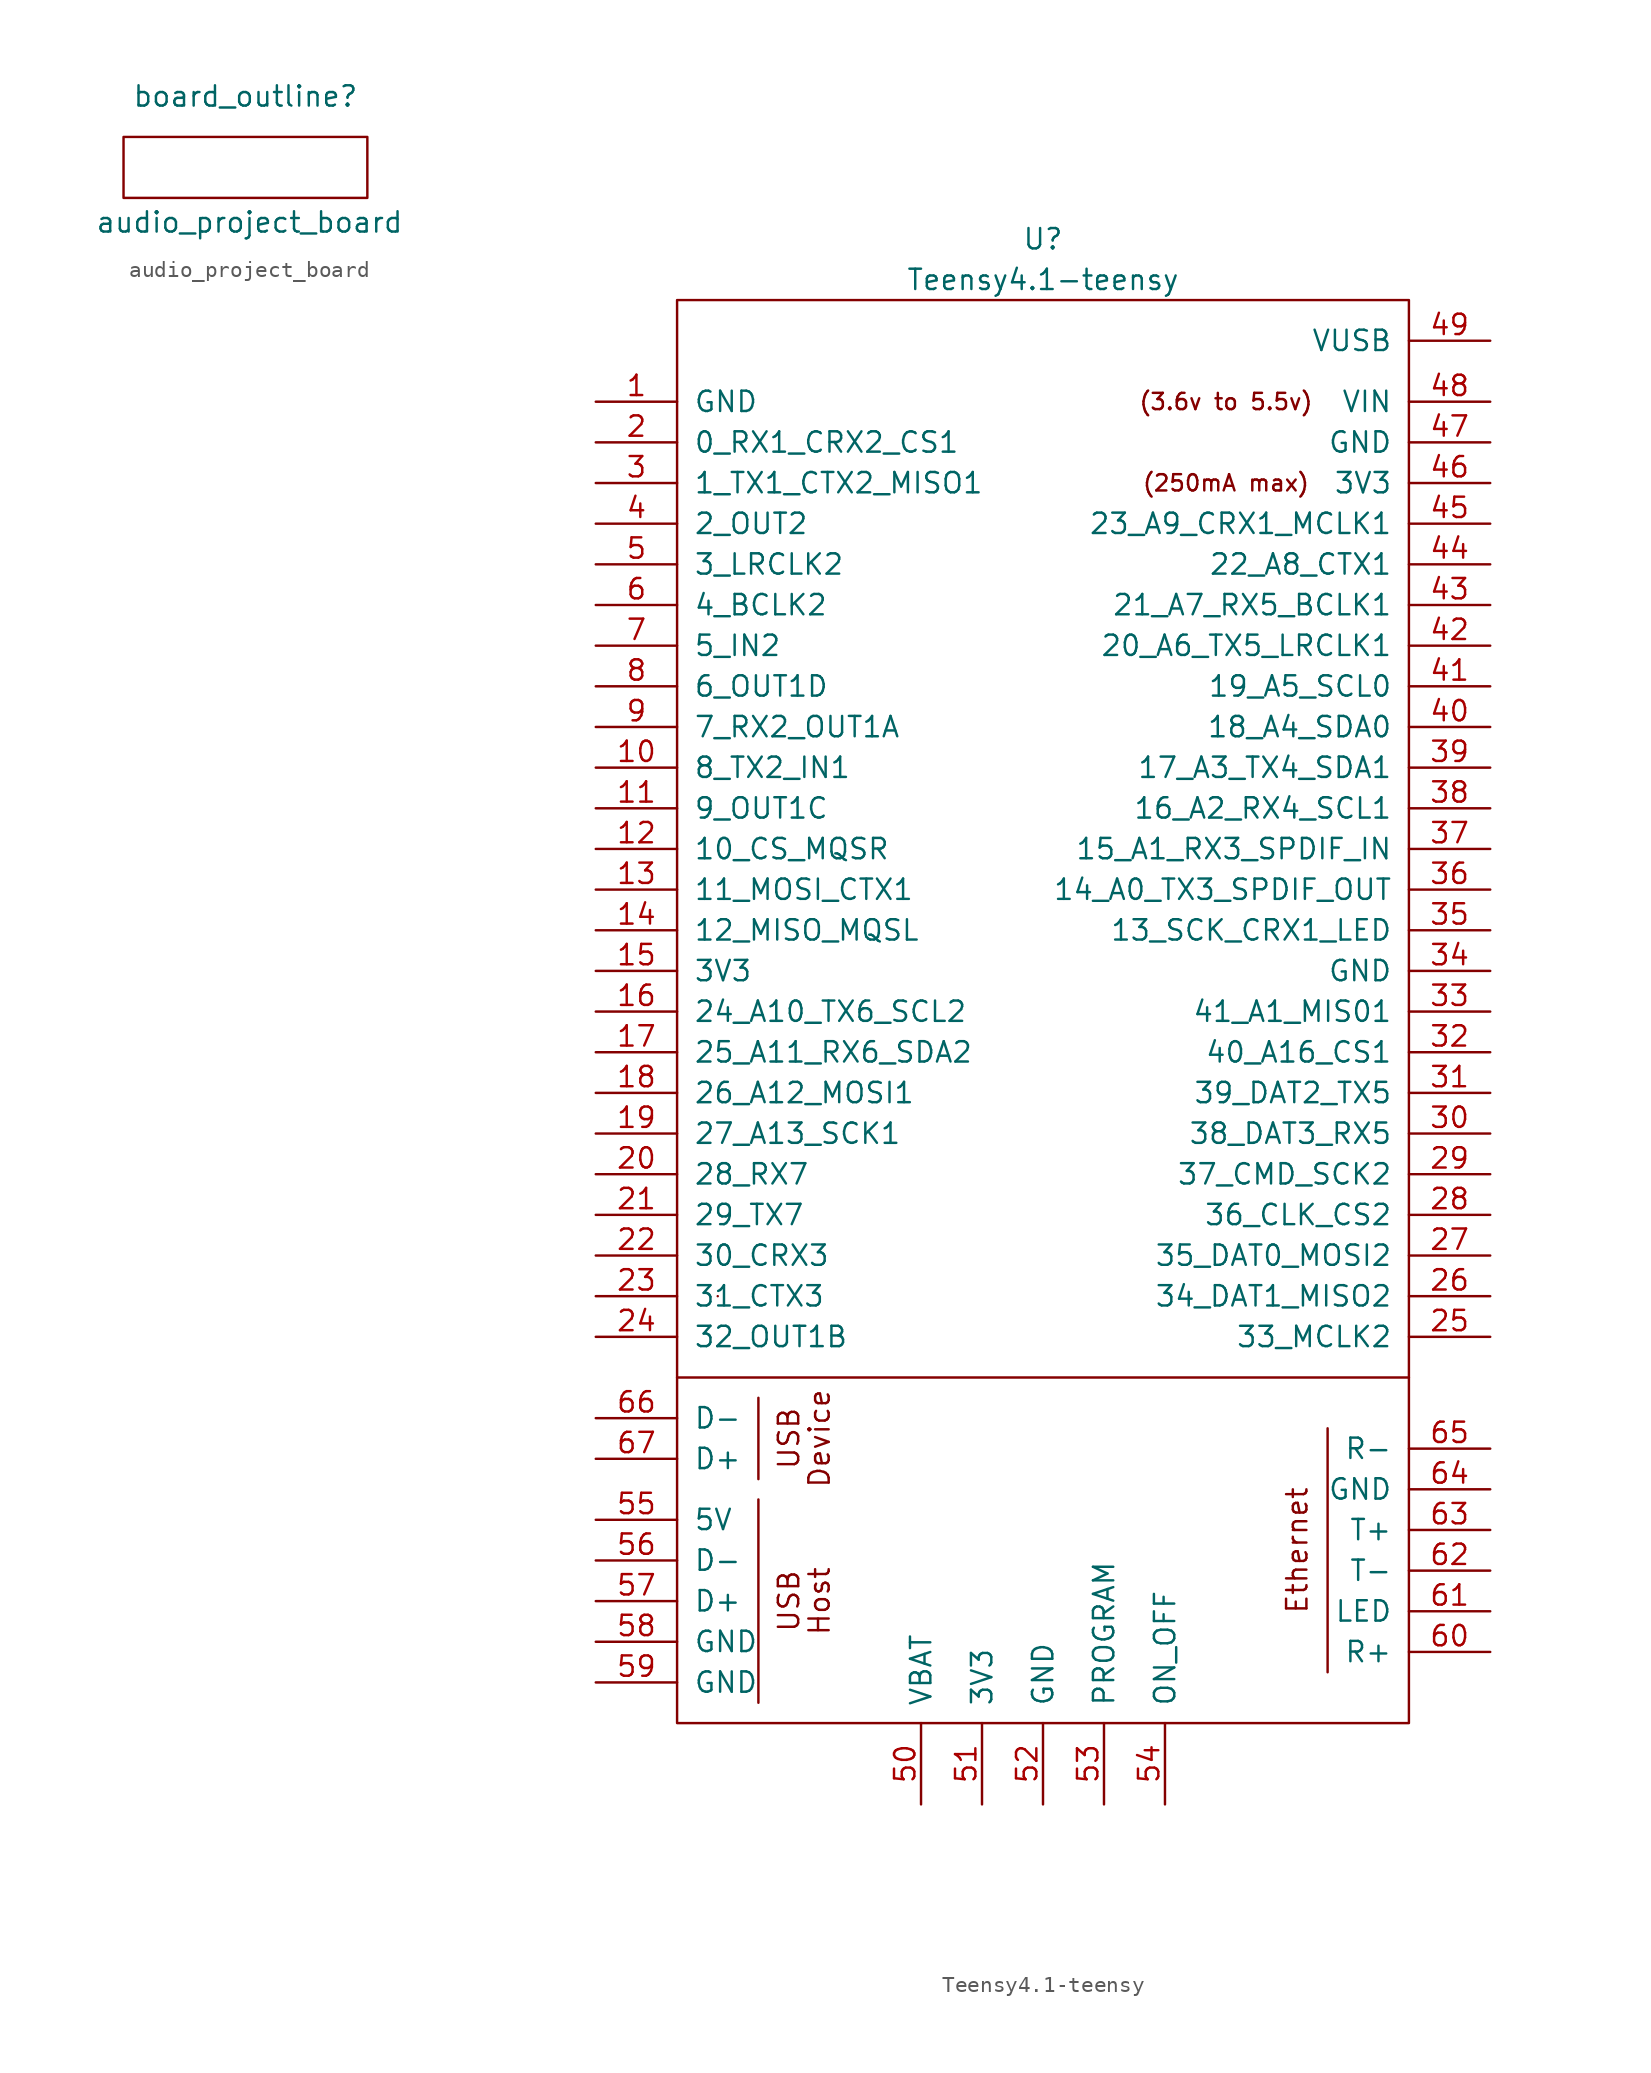
<source format=kicad_sym>
(kicad_symbol_lib
  (version 20211014)
  (generator kicad_symbol_editor)
  (symbol "audio_project_board"
    (pin_numbers hide)
    (pin_names
      (offset 0.762) hide)
    (property "Reference" "board_outline"
      (at 0 6.35 0)
      (effects (font (size 1.27 1.27))))
    (property "Value" "audio_project_board"
      (at 0.254 -1.524 0)
      (effects (font (size 1.27 1.27))))
    (symbol "audio_project_board_0_1"
      (rectangle (start -7.62 3.81) (end 7.62 0) (stroke (width 0) (type default) (color 0 0 0 0)) (fill (type none)))))
  (symbol "Teensy4.1-teensy"
    (pin_names
      (offset 1.016))
    (property "Reference" "U"
      (at 0 64.77 0)
      (effects (font (size 1.27 1.27))))
    (property "Value" "Teensy4.1-teensy"
      (at 0 62.23 0)
      (effects (font (size 1.27 1.27))))
    (symbol "Teensy4.1-teensy_0_0"
      (polyline (pts (xy -22.86 -6.35) (xy 22.86 -6.35)) (stroke (width 0) (type default) (color 0 0 0 0)) (fill (type none)))
      (polyline (pts (xy -17.78 -26.67) (xy -17.78 -13.97)) (stroke (width 0) (type default) (color 0 0 0 0)) (fill (type none)))
      (polyline (pts (xy -17.78 -7.62) (xy -17.78 -12.7)) (stroke (width 0) (type default) (color 0 0 0 0)) (fill (type none)))
      (polyline (pts (xy 17.78 -9.525) (xy 17.78 -24.765)) (stroke (width 0) (type default) (color 0 0 0 0)) (fill (type none)))
      (text "(250mA max)" (at 11.43 49.53 0) (effects (font (size 1.016 1.016))))
      (text "(3.6v to 5.5v)" (at 11.43 54.61 0) (effects (font (size 1.016 1.016))))
      (text "Device" (at -13.97 -10.16 900) (effects (font (size 1.27 1.27))))
      (text "Ethernet" (at 15.875 -17.145 900) (effects (font (size 1.27 1.27))))
      (text "Host" (at -13.97 -20.32 900) (effects (font (size 1.27 1.27))))
      (text "USB" (at -15.875 -20.32 900) (effects (font (size 1.27 1.27))))
      (text "USB" (at -15.875 -10.16 900) (effects (font (size 1.27 1.27))))
      (pin bidirectional line (at -27.94 31.75 0) (length 5.08) (name "8_TX2_IN1" (effects (font (size 1.27 1.27)))) (number "10" (effects (font (size 1.27 1.27)))))
      (pin bidirectional line (at -27.94 29.21 0) (length 5.08) (name "9_OUT1C" (effects (font (size 1.27 1.27)))) (number "11" (effects (font (size 1.27 1.27)))))
      (pin bidirectional line (at -27.94 26.67 0) (length 5.08) (name "10_CS_MQSR" (effects (font (size 1.27 1.27)))) (number "12" (effects (font (size 1.27 1.27)))))
      (pin bidirectional line (at -27.94 24.13 0) (length 5.08) (name "11_MOSI_CTX1" (effects (font (size 1.27 1.27)))) (number "13" (effects (font (size 1.27 1.27)))))
      (pin bidirectional line (at -27.94 21.59 0) (length 5.08) (name "12_MISO_MQSL" (effects (font (size 1.27 1.27)))) (number "14" (effects (font (size 1.27 1.27)))))
      (pin power_in line (at -27.94 19.05 0) (length 5.08) (name "3V3" (effects (font (size 1.27 1.27)))) (number "15" (effects (font (size 1.27 1.27)))))
      (pin bidirectional line (at -27.94 16.51 0) (length 5.08) (name "24_A10_TX6_SCL2" (effects (font (size 1.27 1.27)))) (number "16" (effects (font (size 1.27 1.27)))))
      (pin bidirectional line (at -27.94 13.97 0) (length 5.08) (name "25_A11_RX6_SDA2" (effects (font (size 1.27 1.27)))) (number "17" (effects (font (size 1.27 1.27)))))
      (pin bidirectional line (at -27.94 11.43 0) (length 5.08) (name "26_A12_MOSI1" (effects (font (size 1.27 1.27)))) (number "18" (effects (font (size 1.27 1.27)))))
      (pin bidirectional line (at -27.94 8.89 0) (length 5.08) (name "27_A13_SCK1" (effects (font (size 1.27 1.27)))) (number "19" (effects (font (size 1.27 1.27)))))
      (pin bidirectional line (at -27.94 6.35 0) (length 5.08) (name "28_RX7" (effects (font (size 1.27 1.27)))) (number "20" (effects (font (size 1.27 1.27)))))
      (pin bidirectional line (at -27.94 3.81 0) (length 5.08) (name "29_TX7" (effects (font (size 1.27 1.27)))) (number "21" (effects (font (size 1.27 1.27)))))
      (pin bidirectional line (at -27.94 1.27 0) (length 5.08) (name "30_CRX3" (effects (font (size 1.27 1.27)))) (number "22" (effects (font (size 1.27 1.27)))))
      (pin bidirectional line (at -27.94 -1.27 0) (length 5.08) (name "31_CTX3" (effects (font (size 1.27 1.27)))) (number "23" (effects (font (size 1.27 1.27)))))
      (pin bidirectional line (at -27.94 -3.81 0) (length 5.08) (name "32_OUT1B" (effects (font (size 1.27 1.27)))) (number "24" (effects (font (size 1.27 1.27)))))
      (pin bidirectional line (at 27.94 -3.81 180) (length 5.08) (name "33_MCLK2" (effects (font (size 1.27 1.27)))) (number "25" (effects (font (size 1.27 1.27)))))
      (pin bidirectional line (at 27.94 -1.27 180) (length 5.08) (name "34_DAT1_MISO2" (effects (font (size 1.27 1.27)))) (number "26" (effects (font (size 1.27 1.27)))))
      (pin bidirectional line (at 27.94 1.27 180) (length 5.08) (name "35_DAT0_MOSI2" (effects (font (size 1.27 1.27)))) (number "27" (effects (font (size 1.27 1.27)))))
      (pin bidirectional line (at 27.94 3.81 180) (length 5.08) (name "36_CLK_CS2" (effects (font (size 1.27 1.27)))) (number "28" (effects (font (size 1.27 1.27)))))
      (pin bidirectional line (at 27.94 6.35 180) (length 5.08) (name "37_CMD_SCK2" (effects (font (size 1.27 1.27)))) (number "29" (effects (font (size 1.27 1.27)))))
      (pin bidirectional line (at 27.94 8.89 180) (length 5.08) (name "38_DAT3_RX5" (effects (font (size 1.27 1.27)))) (number "30" (effects (font (size 1.27 1.27)))))
      (pin bidirectional line (at 27.94 11.43 180) (length 5.08) (name "39_DAT2_TX5" (effects (font (size 1.27 1.27)))) (number "31" (effects (font (size 1.27 1.27)))))
      (pin bidirectional line (at 27.94 13.97 180) (length 5.08) (name "40_A16_CS1" (effects (font (size 1.27 1.27)))) (number "32" (effects (font (size 1.27 1.27)))))
      (pin bidirectional line (at 27.94 16.51 180) (length 5.08) (name "41_A1_MIS01" (effects (font (size 1.27 1.27)))) (number "33" (effects (font (size 1.27 1.27)))))
      (pin bidirectional line (at 27.94 21.59 180) (length 5.08) (name "13_SCK_CRX1_LED" (effects (font (size 1.27 1.27)))) (number "35" (effects (font (size 1.27 1.27)))))
      (pin bidirectional line (at 27.94 24.13 180) (length 5.08) (name "14_A0_TX3_SPDIF_OUT" (effects (font (size 1.27 1.27)))) (number "36" (effects (font (size 1.27 1.27)))))
      (pin bidirectional line (at 27.94 26.67 180) (length 5.08) (name "15_A1_RX3_SPDIF_IN" (effects (font (size 1.27 1.27)))) (number "37" (effects (font (size 1.27 1.27)))))
      (pin bidirectional line (at 27.94 29.21 180) (length 5.08) (name "16_A2_RX4_SCL1" (effects (font (size 1.27 1.27)))) (number "38" (effects (font (size 1.27 1.27)))))
      (pin bidirectional line (at 27.94 31.75 180) (length 5.08) (name "17_A3_TX4_SDA1" (effects (font (size 1.27 1.27)))) (number "39" (effects (font (size 1.27 1.27)))))
      (pin bidirectional line (at 27.94 34.29 180) (length 5.08) (name "18_A4_SDA0" (effects (font (size 1.27 1.27)))) (number "40" (effects (font (size 1.27 1.27)))))
      (pin bidirectional line (at 27.94 36.83 180) (length 5.08) (name "19_A5_SCL0" (effects (font (size 1.27 1.27)))) (number "41" (effects (font (size 1.27 1.27)))))
      (pin bidirectional line (at 27.94 39.37 180) (length 5.08) (name "20_A6_TX5_LRCLK1" (effects (font (size 1.27 1.27)))) (number "42" (effects (font (size 1.27 1.27)))))
      (pin bidirectional line (at 27.94 41.91 180) (length 5.08) (name "21_A7_RX5_BCLK1" (effects (font (size 1.27 1.27)))) (number "43" (effects (font (size 1.27 1.27)))))
      (pin bidirectional line (at 27.94 44.45 180) (length 5.08) (name "22_A8_CTX1" (effects (font (size 1.27 1.27)))) (number "44" (effects (font (size 1.27 1.27)))))
      (pin bidirectional line (at 27.94 46.99 180) (length 5.08) (name "23_A9_CRX1_MCLK1" (effects (font (size 1.27 1.27)))) (number "45" (effects (font (size 1.27 1.27)))))
      (pin power_in line (at 27.94 49.53 180) (length 5.08) (name "3V3" (effects (font (size 1.27 1.27)))) (number "46" (effects (font (size 1.27 1.27)))))
      (pin power_in line (at 27.94 52.07 180) (length 5.08) (name "GND" (effects (font (size 1.27 1.27)))) (number "47" (effects (font (size 1.27 1.27)))))
      (pin power_in line (at 27.94 54.61 180) (length 5.08) (name "VIN" (effects (font (size 1.27 1.27)))) (number "48" (effects (font (size 1.27 1.27)))))
      (pin power_out line (at 27.94 58.42 180) (length 5.08) (name "VUSB" (effects (font (size 1.27 1.27)))) (number "49" (effects (font (size 1.27 1.27)))))
      (pin bidirectional line (at -27.94 44.45 0) (length 5.08) (name "3_LRCLK2" (effects (font (size 1.27 1.27)))) (number "5" (effects (font (size 1.27 1.27)))))
      (pin power_in line (at -7.62 -33.02 90) (length 5.08) (name "VBAT" (effects (font (size 1.27 1.27)))) (number "50" (effects (font (size 1.27 1.27)))))
      (pin power_in line (at -3.81 -33.02 90) (length 5.08) (name "3V3" (effects (font (size 1.27 1.27)))) (number "51" (effects (font (size 1.27 1.27)))))
      (pin power_out line (at 0 -33.02 90) (length 5.08) (name "GND" (effects (font (size 1.27 1.27)))) (number "52" (effects (font (size 1.27 1.27)))))
      (pin input line (at 3.81 -33.02 90) (length 5.08) (name "PROGRAM" (effects (font (size 1.27 1.27)))) (number "53" (effects (font (size 1.27 1.27)))))
      (pin input line (at 7.62 -33.02 90) (length 5.08) (name "ON_OFF" (effects (font (size 1.27 1.27)))) (number "54" (effects (font (size 1.27 1.27)))))
      (pin power_out line (at -27.94 -15.24 0) (length 5.08) (name "5V" (effects (font (size 1.27 1.27)))) (number "55" (effects (font (size 1.27 1.27)))))
      (pin bidirectional line (at -27.94 -17.78 0) (length 5.08) (name "D-" (effects (font (size 1.27 1.27)))) (number "56" (effects (font (size 1.27 1.27)))))
      (pin bidirectional line (at -27.94 -20.32 0) (length 5.08) (name "D+" (effects (font (size 1.27 1.27)))) (number "57" (effects (font (size 1.27 1.27)))))
      (pin power_in line (at -27.94 -22.86 0) (length 5.08) (name "GND" (effects (font (size 1.27 1.27)))) (number "58" (effects (font (size 1.27 1.27)))))
      (pin power_in line (at -27.94 -25.4 0) (length 5.08) (name "GND" (effects (font (size 1.27 1.27)))) (number "59" (effects (font (size 1.27 1.27)))))
      (pin bidirectional line (at -27.94 41.91 0) (length 5.08) (name "4_BCLK2" (effects (font (size 1.27 1.27)))) (number "6" (effects (font (size 1.27 1.27)))))
      (pin bidirectional line (at 27.94 -23.495 180) (length 5.08) (name "R+" (effects (font (size 1.27 1.27)))) (number "60" (effects (font (size 1.27 1.27)))))
      (pin bidirectional line (at 27.94 -20.955 180) (length 5.08) (name "LED" (effects (font (size 1.27 1.27)))) (number "61" (effects (font (size 1.27 1.27)))))
      (pin bidirectional line (at 27.94 -18.415 180) (length 5.08) (name "T-" (effects (font (size 1.27 1.27)))) (number "62" (effects (font (size 1.27 1.27)))))
      (pin bidirectional line (at 27.94 -15.875 180) (length 5.08) (name "T+" (effects (font (size 1.27 1.27)))) (number "63" (effects (font (size 1.27 1.27)))))
      (pin power_in line (at 27.94 -13.335 180) (length 5.08) (name "GND" (effects (font (size 1.27 1.27)))) (number "64" (effects (font (size 1.27 1.27)))))
      (pin bidirectional line (at 27.94 -10.795 180) (length 5.08) (name "R-" (effects (font (size 1.27 1.27)))) (number "65" (effects (font (size 1.27 1.27)))))
      (pin bidirectional line (at -27.94 -8.89 0) (length 5.08) (name "D-" (effects (font (size 1.27 1.27)))) (number "66" (effects (font (size 1.27 1.27)))))
      (pin bidirectional line (at -27.94 -11.43 0) (length 5.08) (name "D+" (effects (font (size 1.27 1.27)))) (number "67" (effects (font (size 1.27 1.27)))))
      (pin bidirectional line (at -27.94 39.37 0) (length 5.08) (name "5_IN2" (effects (font (size 1.27 1.27)))) (number "7" (effects (font (size 1.27 1.27)))))
      (pin bidirectional line (at -27.94 36.83 0) (length 5.08) (name "6_OUT1D" (effects (font (size 1.27 1.27)))) (number "8" (effects (font (size 1.27 1.27)))))
      (pin bidirectional line (at -27.94 34.29 0) (length 5.08) (name "7_RX2_OUT1A" (effects (font (size 1.27 1.27)))) (number "9" (effects (font (size 1.27 1.27))))))
    (symbol "Teensy4.1-teensy_0_1"
      (rectangle (start -22.86 60.96) (end 22.86 -27.94) (stroke (width 0) (type default) (color 0 0 0 0)) (fill (type none)))
      (rectangle (start -20.32 -1.27) (end -20.32 -1.27) (stroke (width 0) (type default) (color 0 0 0 0)) (fill (type none))))
    (symbol "Teensy4.1-teensy_1_1"
      (pin power_in line (at -27.94 54.61 0) (length 5.08) (name "GND" (effects (font (size 1.27 1.27)))) (number "1" (effects (font (size 1.27 1.27)))))
      (pin bidirectional line (at -27.94 52.07 0) (length 5.08) (name "0_RX1_CRX2_CS1" (effects (font (size 1.27 1.27)))) (number "2" (effects (font (size 1.27 1.27)))))
      (pin bidirectional line (at -27.94 49.53 0) (length 5.08) (name "1_TX1_CTX2_MISO1" (effects (font (size 1.27 1.27)))) (number "3" (effects (font (size 1.27 1.27)))))
      (pin power_in line (at 27.94 19.05 180) (length 5.08) (name "GND" (effects (font (size 1.27 1.27)))) (number "34" (effects (font (size 1.27 1.27)))))
      (pin bidirectional line (at -27.94 46.99 0) (length 5.08) (name "2_OUT2" (effects (font (size 1.27 1.27)))) (number "4" (effects (font (size 1.27 1.27))))))))
</source>
